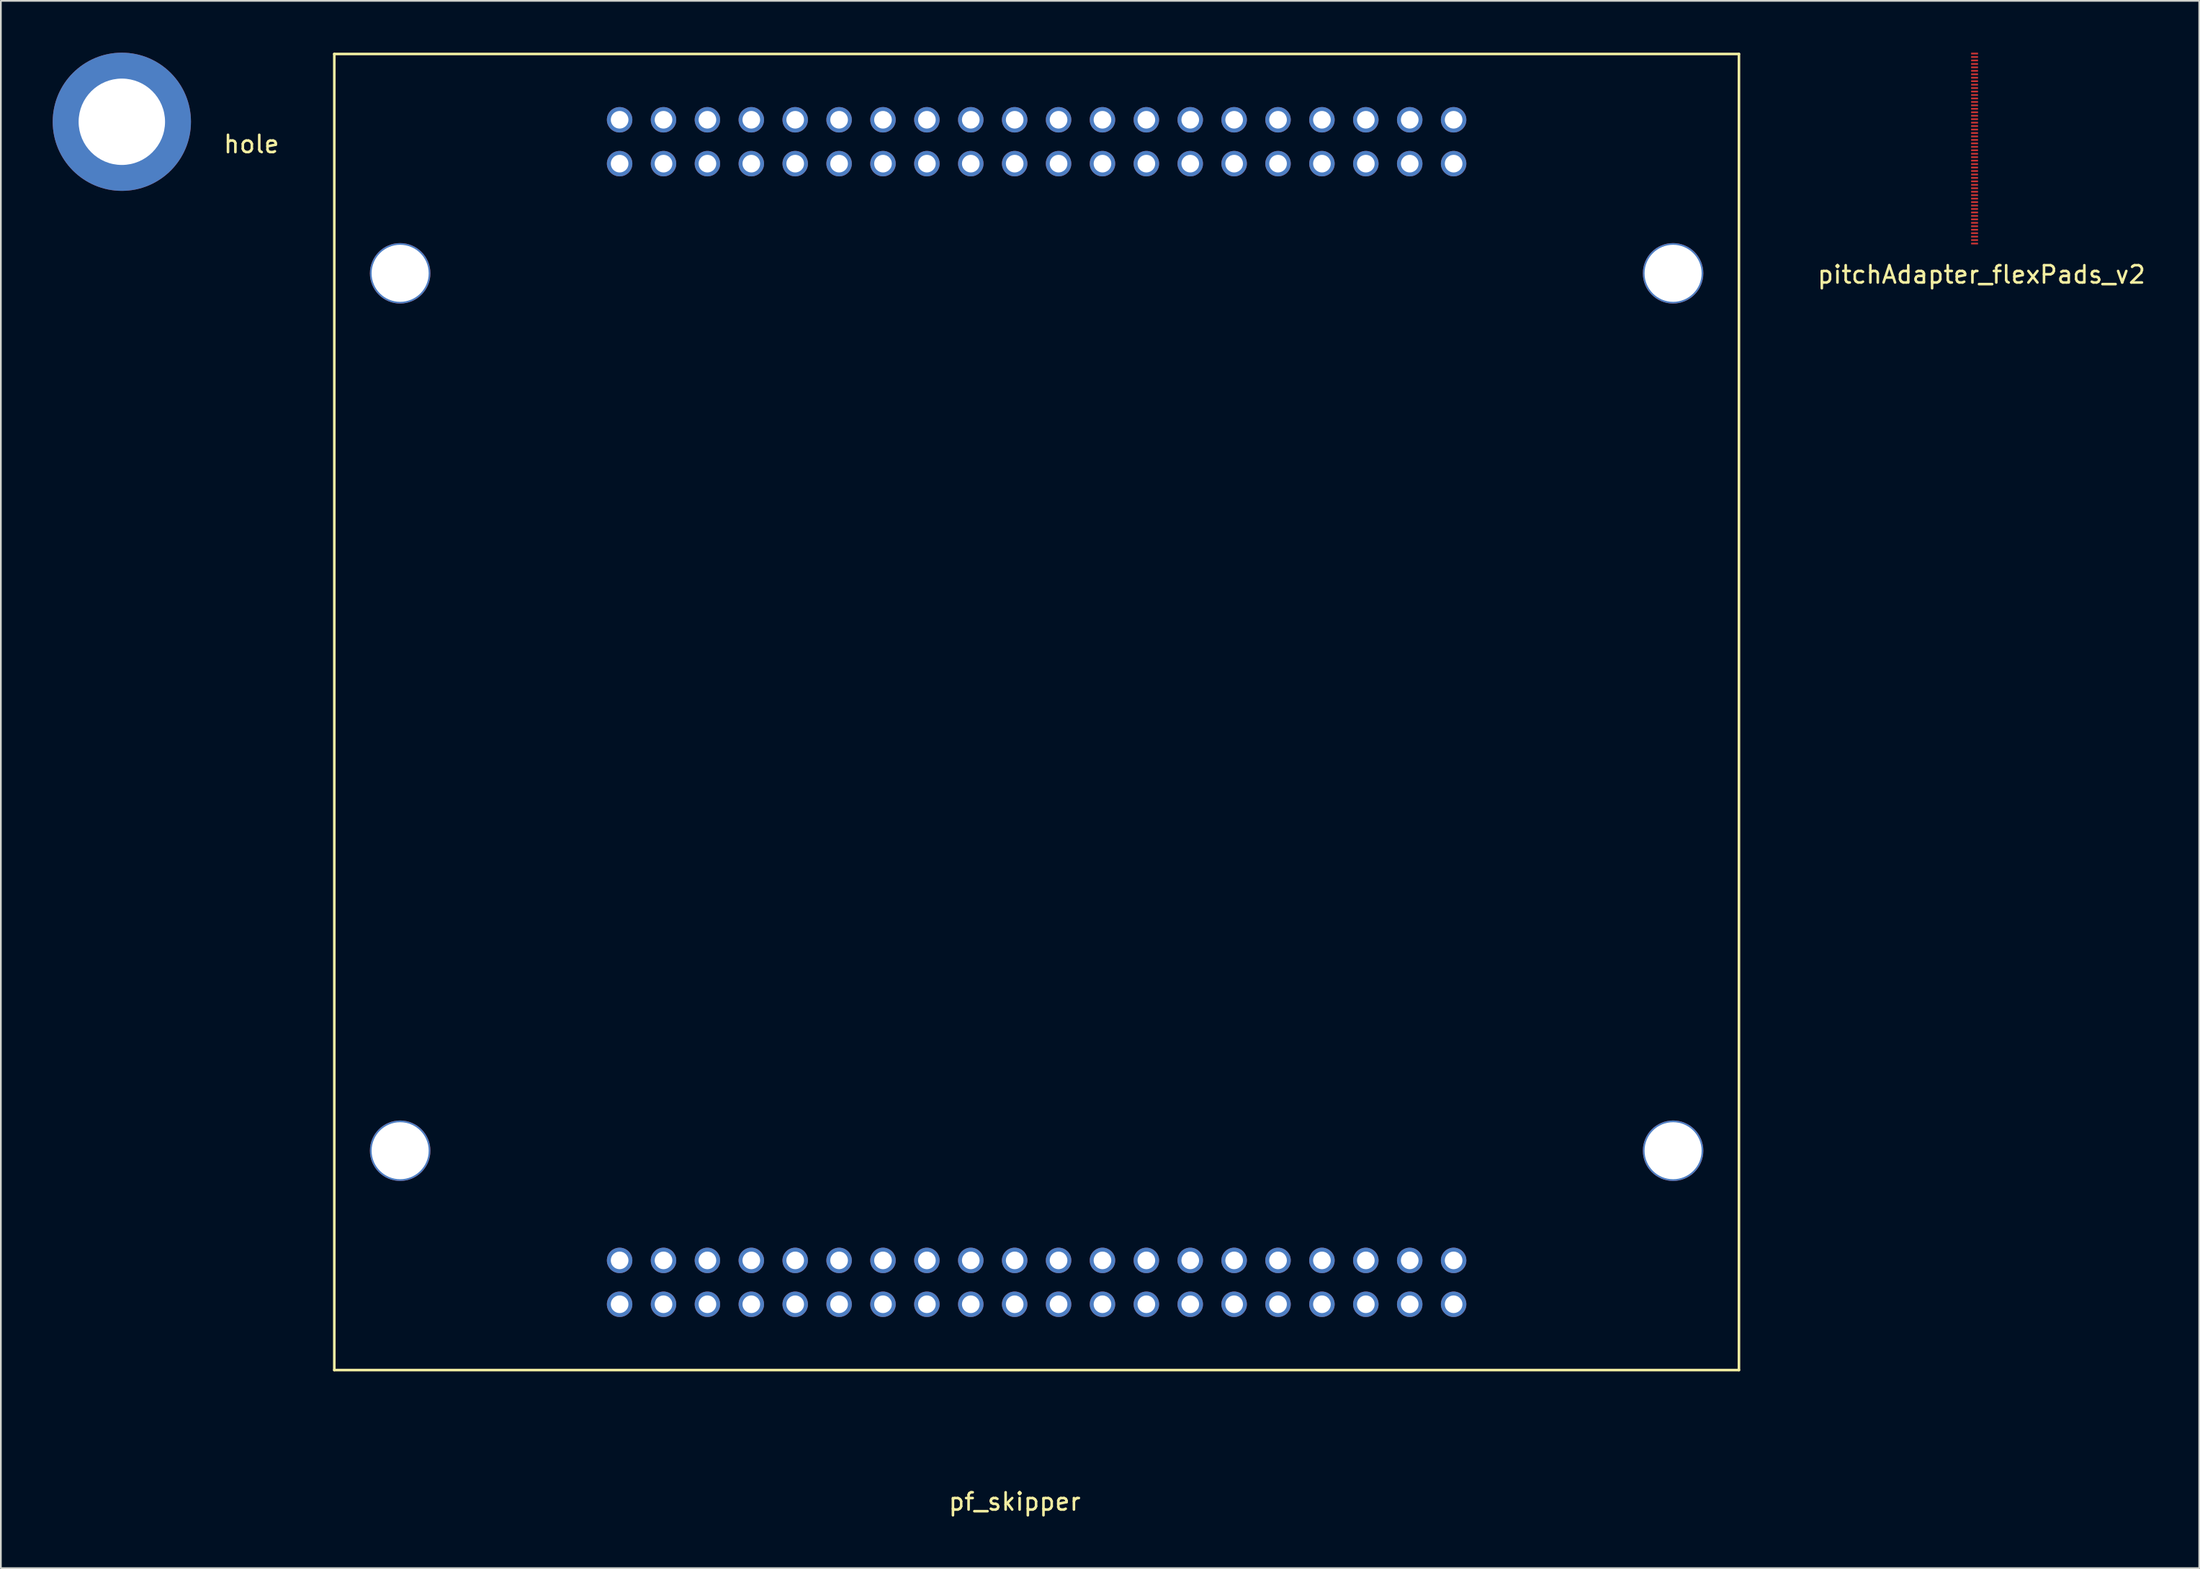
<source format=kicad_pcb>
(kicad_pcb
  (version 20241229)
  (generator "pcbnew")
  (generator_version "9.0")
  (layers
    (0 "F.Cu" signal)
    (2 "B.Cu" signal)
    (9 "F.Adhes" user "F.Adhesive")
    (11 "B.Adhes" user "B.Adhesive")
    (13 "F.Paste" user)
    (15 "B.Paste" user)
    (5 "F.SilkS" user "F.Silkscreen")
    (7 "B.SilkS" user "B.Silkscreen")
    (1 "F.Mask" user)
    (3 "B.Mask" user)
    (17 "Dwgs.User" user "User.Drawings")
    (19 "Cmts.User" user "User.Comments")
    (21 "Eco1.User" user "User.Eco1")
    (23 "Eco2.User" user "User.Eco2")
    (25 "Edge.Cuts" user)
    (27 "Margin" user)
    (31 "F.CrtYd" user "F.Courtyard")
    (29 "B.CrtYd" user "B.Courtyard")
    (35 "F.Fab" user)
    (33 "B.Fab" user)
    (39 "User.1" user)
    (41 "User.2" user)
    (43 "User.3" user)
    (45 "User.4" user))
  (footprint "hole"
    (layer "F.Cu")
    (at 4 4)
    (property "Reference" "hole" (at 7.5 1.3 0) (layer "F.SilkS") (effects (font (size 1 1) (thickness 0.15))))
    (attr through_hole)
    (pad "1" thru_hole circle (at 0 0) (size 8 8) (drill 5) (layers "*.Cu" "*.Mask")))
  (footprint "pitchAdapter_flexPads_v2"
    (layer "F.Cu")
    (at 111.21 11.05)
    (property "Reference" "pitchAdapter_flexPads_v2" (at 0.4 1.8 0) (layer "F.SilkS") (effects (font (size 1 1) (thickness 0.15))))
    (attr through_hole)
    (pad "1" smd rect (at 0 0) (size 0.4 0.1) (layers "F.Cu" "F.Mask" "F.Paste"))
    (pad "2" smd rect (at 0 -0.2) (size 0.4 0.1) (layers "F.Cu" "F.Mask" "F.Paste"))
    (pad "3" smd rect (at 0 -0.4) (size 0.4 0.1) (layers "F.Cu" "F.Mask" "F.Paste"))
    (pad "4" smd rect (at 0 -0.6) (size 0.4 0.1) (layers "F.Cu" "F.Mask" "F.Paste"))
    (pad "5" smd rect (at 0 -0.8) (size 0.4 0.1) (layers "F.Cu" "F.Mask" "F.Paste"))
    (pad "6" smd rect (at 0 -1) (size 0.4 0.1) (layers "F.Cu" "F.Mask" "F.Paste"))
    (pad "7" smd rect (at 0 -1.2) (size 0.4 0.1) (layers "F.Cu" "F.Mask" "F.Paste"))
    (pad "8" smd rect (at 0 -1.4) (size 0.4 0.1) (layers "F.Cu" "F.Mask" "F.Paste"))
    (pad "9" smd rect (at 0 -1.6) (size 0.4 0.1) (layers "F.Cu" "F.Mask" "F.Paste"))
    (pad "10" smd rect (at 0 -1.8) (size 0.4 0.1) (layers "F.Cu" "F.Mask" "F.Paste"))
    (pad "11" smd rect (at 0 -2) (size 0.4 0.1) (layers "F.Cu" "F.Mask" "F.Paste"))
    (pad "12" smd rect (at 0 -2.2) (size 0.4 0.1) (layers "F.Cu" "F.Mask" "F.Paste"))
    (pad "13" smd rect (at 0 -2.4) (size 0.4 0.1) (layers "F.Cu" "F.Mask" "F.Paste"))
    (pad "14" smd rect (at 0 -2.6) (size 0.4 0.1) (layers "F.Cu" "F.Mask" "F.Paste"))
    (pad "15" smd rect (at 0 -2.8) (size 0.4 0.1) (layers "F.Cu" "F.Mask" "F.Paste"))
    (pad "16" smd rect (at 0 -3) (size 0.4 0.1) (layers "F.Cu" "F.Mask" "F.Paste"))
    (pad "17" smd rect (at 0 -3.2) (size 0.4 0.1) (layers "F.Cu" "F.Mask" "F.Paste"))
    (pad "18" smd rect (at 0 -3.4) (size 0.4 0.1) (layers "F.Cu" "F.Mask" "F.Paste"))
    (pad "19" smd rect (at 0 -3.6) (size 0.4 0.1) (layers "F.Cu" "F.Mask" "F.Paste"))
    (pad "20" smd rect (at 0 -3.8) (size 0.4 0.1) (layers "F.Cu" "F.Mask" "F.Paste"))
    (pad "21" smd rect (at 0 -4) (size 0.4 0.1) (layers "F.Cu" "F.Mask" "F.Paste"))
    (pad "22" smd rect (at 0 -4.2) (size 0.4 0.1) (layers "F.Cu" "F.Mask" "F.Paste"))
    (pad "23" smd rect (at 0 -4.4) (size 0.4 0.1) (layers "F.Cu" "F.Mask" "F.Paste"))
    (pad "24" smd rect (at 0 -4.6) (size 0.4 0.1) (layers "F.Cu" "F.Mask" "F.Paste"))
    (pad "25" smd rect (at 0 -4.8) (size 0.4 0.1) (layers "F.Cu" "F.Mask" "F.Paste"))
    (pad "26" smd rect (at 0 -5) (size 0.4 0.1) (layers "F.Cu" "F.Mask" "F.Paste"))
    (pad "27" smd rect (at 0 -5.2) (size 0.4 0.1) (layers "F.Cu" "F.Mask" "F.Paste"))
    (pad "28" smd rect (at 0 -5.4) (size 0.4 0.1) (layers "F.Cu" "F.Mask" "F.Paste"))
    (pad "29" smd rect (at 0 -5.6) (size 0.4 0.1) (layers "F.Cu" "F.Mask" "F.Paste"))
    (pad "30" smd rect (at 0 -5.8) (size 0.4 0.1) (layers "F.Cu" "F.Mask" "F.Paste"))
    (pad "31" smd rect (at 0 -6) (size 0.4 0.1) (layers "F.Cu" "F.Mask" "F.Paste"))
    (pad "32" smd rect (at 0 -6.2) (size 0.4 0.1) (layers "F.Cu" "F.Mask" "F.Paste"))
    (pad "33" smd rect (at 0 -6.4) (size 0.4 0.1) (layers "F.Cu" "F.Mask" "F.Paste"))
    (pad "34" smd rect (at 0 -6.6) (size 0.4 0.1) (layers "F.Cu" "F.Mask" "F.Paste"))
    (pad "35" smd rect (at 0 -6.8) (size 0.4 0.1) (layers "F.Cu" "F.Mask" "F.Paste"))
    (pad "36" smd rect (at 0 -7) (size 0.4 0.1) (layers "F.Cu" "F.Mask" "F.Paste"))
    (pad "37" smd rect (at 0 -7.2) (size 0.4 0.1) (layers "F.Cu" "F.Mask" "F.Paste"))
    (pad "38" smd rect (at 0 -7.4) (size 0.4 0.1) (layers "F.Cu" "F.Mask" "F.Paste"))
    (pad "39" smd rect (at 0 -7.6) (size 0.4 0.1) (layers "F.Cu" "F.Mask" "F.Paste"))
    (pad "40" smd rect (at 0 -7.8) (size 0.4 0.1) (layers "F.Cu" "F.Mask" "F.Paste"))
    (pad "41" smd rect (at 0 -8) (size 0.4 0.1) (layers "F.Cu" "F.Mask" "F.Paste"))
    (pad "42" smd rect (at 0 -8.2) (size 0.4 0.1) (layers "F.Cu" "F.Mask" "F.Paste"))
    (pad "43" smd rect (at 0 -8.4) (size 0.4 0.1) (layers "F.Cu" "F.Mask" "F.Paste"))
    (pad "44" smd rect (at 0 -8.6) (size 0.4 0.1) (layers "F.Cu" "F.Mask" "F.Paste"))
    (pad "45" smd rect (at 0 -8.8) (size 0.4 0.1) (layers "F.Cu" "F.Mask" "F.Paste"))
    (pad "46" smd rect (at 0 -9) (size 0.4 0.1) (layers "F.Cu" "F.Mask" "F.Paste"))
    (pad "47" smd rect (at 0 -9.2) (size 0.4 0.1) (layers "F.Cu" "F.Mask" "F.Paste"))
    (pad "48" smd rect (at 0 -9.4) (size 0.4 0.1) (layers "F.Cu" "F.Mask" "F.Paste"))
    (pad "49" smd rect (at 0 -9.6) (size 0.4 0.1) (layers "F.Cu" "F.Mask" "F.Paste"))
    (pad "50" smd rect (at 0 -9.8) (size 0.4 0.1) (layers "F.Cu" "F.Mask" "F.Paste"))
    (pad "51" smd rect (at 0 -10) (size 0.4 0.1) (layers "F.Cu" "F.Mask" "F.Paste"))
    (pad "52" smd rect (at 0 -10.2) (size 0.4 0.1) (layers "F.Cu" "F.Mask" "F.Paste"))
    (pad "53" smd rect (at 0 -10.4) (size 0.4 0.1) (layers "F.Cu" "F.Mask" "F.Paste"))
    (pad "54" smd rect (at 0 -10.6) (size 0.4 0.1) (layers "F.Cu" "F.Mask" "F.Paste"))
    (pad "55" smd rect (at 0 -10.8) (size 0.4 0.1) (layers "F.Cu" "F.Mask" "F.Paste"))
    (pad "56" smd rect (at 0 -11) (size 0.4 0.1) (layers "F.Cu" "F.Mask" "F.Paste")))
  (footprint "pf_skipper"
    (layer "F.Cu")
    (at 98.759 76.854)
    (property "Reference" "pf_skipper" (at -43.094 7.041 0) (layer "F.SilkS") (effects (font (size 1 1) (thickness 0.15))))
    (attr through_hole)
    (fp_line (start -82.464 -76.779) (end -82.464 -0.579) (stroke (width 0.15) (type solid)) (layer "F.SilkS"))
    (fp_line (start -1.184 -76.779) (end -82.464 -76.779) (stroke (width 0.15) (type solid)) (layer "F.SilkS"))
    (fp_line (start -1.184 -76.779) (end -1.184 -0.579) (stroke (width 0.15) (type solid)) (layer "F.SilkS"))
    (fp_line (start -1.184 -0.579) (end -82.464 -0.579) (stroke (width 0.15) (type solid)) (layer "F.SilkS"))
    (pad "1" thru_hole circle (at -65.954 -4.389) (size 1.473 1.473) (drill 1.02) (layers "*.Cu" "*.Mask"))
    (pad "2" thru_hole circle (at -65.954 -6.929) (size 1.473 1.473) (drill 1.02) (layers "*.Cu" "*.Mask"))
    (pad "3" thru_hole circle (at -63.414 -4.389) (size 1.473 1.473) (drill 1.02) (layers "*.Cu" "*.Mask"))
    (pad "4" thru_hole circle (at -63.414 -6.929) (size 1.473 1.473) (drill 1.02) (layers "*.Cu" "*.Mask"))
    (pad "5" thru_hole circle (at -60.874 -4.389) (size 1.473 1.473) (drill 1.02) (layers "*.Cu" "*.Mask"))
    (pad "6" thru_hole circle (at -60.874 -6.929) (size 1.473 1.473) (drill 1.02) (layers "*.Cu" "*.Mask"))
    (pad "7" thru_hole circle (at -58.334 -4.389) (size 1.473 1.473) (drill 1.02) (layers "*.Cu" "*.Mask"))
    (pad "8" thru_hole circle (at -58.334 -6.929) (size 1.473 1.473) (drill 1.02) (layers "*.Cu" "*.Mask"))
    (pad "9" thru_hole circle (at -55.794 -4.389) (size 1.473 1.473) (drill 1.02) (layers "*.Cu" "*.Mask"))
    (pad "10" thru_hole circle (at -55.794 -6.929) (size 1.473 1.473) (drill 1.02) (layers "*.Cu" "*.Mask"))
    (pad "11" thru_hole circle (at -53.254 -4.389) (size 1.473 1.473) (drill 1.02) (layers "*.Cu" "*.Mask"))
    (pad "12" thru_hole circle (at -53.254 -6.929) (size 1.473 1.473) (drill 1.02) (layers "*.Cu" "*.Mask"))
    (pad "13" thru_hole circle (at -50.714 -4.389) (size 1.473 1.473) (drill 1.02) (layers "*.Cu" "*.Mask"))
    (pad "14" thru_hole circle (at -50.714 -6.929) (size 1.473 1.473) (drill 1.02) (layers "*.Cu" "*.Mask"))
    (pad "15" thru_hole circle (at -48.174 -4.389) (size 1.473 1.473) (drill 1.02) (layers "*.Cu" "*.Mask"))
    (pad "16" thru_hole circle (at -48.174 -6.929) (size 1.473 1.473) (drill 1.02) (layers "*.Cu" "*.Mask"))
    (pad "17" thru_hole circle (at -45.634 -4.389) (size 1.473 1.473) (drill 1.02) (layers "*.Cu" "*.Mask"))
    (pad "18" thru_hole circle (at -45.634 -6.929) (size 1.473 1.473) (drill 1.02) (layers "*.Cu" "*.Mask"))
    (pad "19" thru_hole circle (at -43.094 -4.389) (size 1.473 1.473) (drill 1.02) (layers "*.Cu" "*.Mask"))
    (pad "20" thru_hole circle (at -43.094 -6.929) (size 1.473 1.473) (drill 1.02) (layers "*.Cu" "*.Mask"))
    (pad "21" thru_hole circle (at -40.554 -4.389) (size 1.473 1.473) (drill 1.02) (layers "*.Cu" "*.Mask"))
    (pad "22" thru_hole circle (at -40.554 -6.929) (size 1.473 1.473) (drill 1.02) (layers "*.Cu" "*.Mask"))
    (pad "23" thru_hole circle (at -38.014 -4.389) (size 1.473 1.473) (drill 1.02) (layers "*.Cu" "*.Mask"))
    (pad "24" thru_hole circle (at -38.014 -6.929) (size 1.473 1.473) (drill 1.02) (layers "*.Cu" "*.Mask"))
    (pad "25" thru_hole circle (at -35.474 -4.389) (size 1.473 1.473) (drill 1.02) (layers "*.Cu" "*.Mask"))
    (pad "26" thru_hole circle (at -35.474 -6.929) (size 1.473 1.473) (drill 1.02) (layers "*.Cu" "*.Mask"))
    (pad "27" thru_hole circle (at -32.934 -4.389) (size 1.473 1.473) (drill 1.02) (layers "*.Cu" "*.Mask"))
    (pad "28" thru_hole circle (at -32.934 -6.929) (size 1.473 1.473) (drill 1.02) (layers "*.Cu" "*.Mask"))
    (pad "29" thru_hole circle (at -30.394 -4.389) (size 1.473 1.473) (drill 1.02) (layers "*.Cu" "*.Mask"))
    (pad "30" thru_hole circle (at -30.394 -6.929) (size 1.473 1.473) (drill 1.02) (layers "*.Cu" "*.Mask"))
    (pad "31" thru_hole circle (at -27.854 -4.389) (size 1.473 1.473) (drill 1.02) (layers "*.Cu" "*.Mask"))
    (pad "32" thru_hole circle (at -27.854 -6.929) (size 1.473 1.473) (drill 1.02) (layers "*.Cu" "*.Mask"))
    (pad "33" thru_hole circle (at -25.314 -4.389) (size 1.473 1.473) (drill 1.02) (layers "*.Cu" "*.Mask"))
    (pad "34" thru_hole circle (at -25.314 -6.929) (size 1.473 1.473) (drill 1.02) (layers "*.Cu" "*.Mask"))
    (pad "35" thru_hole circle (at -22.774 -4.389) (size 1.473 1.473) (drill 1.02) (layers "*.Cu" "*.Mask"))
    (pad "36" thru_hole circle (at -22.774 -6.929) (size 1.473 1.473) (drill 1.02) (layers "*.Cu" "*.Mask"))
    (pad "37" thru_hole circle (at -20.234 -4.389) (size 1.473 1.473) (drill 1.02) (layers "*.Cu" "*.Mask"))
    (pad "38" thru_hole circle (at -20.234 -6.929) (size 1.473 1.473) (drill 1.02) (layers "*.Cu" "*.Mask"))
    (pad "39" thru_hole circle (at -17.694 -4.389) (size 1.473 1.473) (drill 1.02) (layers "*.Cu" "*.Mask"))
    (pad "40" thru_hole circle (at -17.694 -6.929) (size 1.473 1.473) (drill 1.02) (layers "*.Cu" "*.Mask"))
    (pad "41" thru_hole circle (at -65.954 -70.429) (size 1.473 1.473) (drill 1.02) (layers "*.Cu" "*.Mask"))
    (pad "42" thru_hole circle (at -65.954 -72.969) (size 1.473 1.473) (drill 1.02) (layers "*.Cu" "*.Mask"))
    (pad "43" thru_hole circle (at -63.414 -70.429) (size 1.473 1.473) (drill 1.02) (layers "*.Cu" "*.Mask"))
    (pad "44" thru_hole circle (at -63.414 -72.969) (size 1.473 1.473) (drill 1.02) (layers "*.Cu" "*.Mask"))
    (pad "45" thru_hole circle (at -60.874 -70.429) (size 1.473 1.473) (drill 1.02) (layers "*.Cu" "*.Mask"))
    (pad "46" thru_hole circle (at -60.874 -72.969) (size 1.473 1.473) (drill 1.02) (layers "*.Cu" "*.Mask"))
    (pad "47" thru_hole circle (at -58.334 -70.429) (size 1.473 1.473) (drill 1.02) (layers "*.Cu" "*.Mask"))
    (pad "48" thru_hole circle (at -58.334 -72.969) (size 1.473 1.473) (drill 1.02) (layers "*.Cu" "*.Mask"))
    (pad "49" thru_hole circle (at -55.794 -70.429) (size 1.473 1.473) (drill 1.02) (layers "*.Cu" "*.Mask"))
    (pad "50" thru_hole circle (at -55.794 -72.969) (size 1.473 1.473) (drill 1.02) (layers "*.Cu" "*.Mask"))
    (pad "51" thru_hole circle (at -53.254 -70.429) (size 1.473 1.473) (drill 1.02) (layers "*.Cu" "*.Mask"))
    (pad "52" thru_hole circle (at -53.254 -72.969) (size 1.473 1.473) (drill 1.02) (layers "*.Cu" "*.Mask"))
    (pad "53" thru_hole circle (at -50.714 -70.429) (size 1.473 1.473) (drill 1.02) (layers "*.Cu" "*.Mask"))
    (pad "54" thru_hole circle (at -50.714 -72.969) (size 1.473 1.473) (drill 1.02) (layers "*.Cu" "*.Mask"))
    (pad "55" thru_hole circle (at -48.174 -70.429) (size 1.473 1.473) (drill 1.02) (layers "*.Cu" "*.Mask"))
    (pad "56" thru_hole circle (at -48.174 -72.969) (size 1.473 1.473) (drill 1.02) (layers "*.Cu" "*.Mask"))
    (pad "57" thru_hole circle (at -45.634 -70.429) (size 1.473 1.473) (drill 1.02) (layers "*.Cu" "*.Mask"))
    (pad "58" thru_hole circle (at -45.634 -72.969) (size 1.473 1.473) (drill 1.02) (layers "*.Cu" "*.Mask"))
    (pad "59" thru_hole circle (at -43.094 -70.429) (size 1.473 1.473) (drill 1.02) (layers "*.Cu" "*.Mask"))
    (pad "60" thru_hole circle (at -43.094 -72.969) (size 1.473 1.473) (drill 1.02) (layers "*.Cu" "*.Mask"))
    (pad "61" thru_hole circle (at -40.554 -70.429) (size 1.473 1.473) (drill 1.02) (layers "*.Cu" "*.Mask"))
    (pad "62" thru_hole circle (at -40.554 -72.969) (size 1.473 1.473) (drill 1.02) (layers "*.Cu" "*.Mask"))
    (pad "63" thru_hole circle (at -38.014 -70.429) (size 1.473 1.473) (drill 1.02) (layers "*.Cu" "*.Mask"))
    (pad "64" thru_hole circle (at -38.014 -72.969) (size 1.473 1.473) (drill 1.02) (layers "*.Cu" "*.Mask"))
    (pad "65" thru_hole circle (at -35.474 -70.429) (size 1.473 1.473) (drill 1.02) (layers "*.Cu" "*.Mask"))
    (pad "66" thru_hole circle (at -35.474 -72.969) (size 1.473 1.473) (drill 1.02) (layers "*.Cu" "*.Mask"))
    (pad "67" thru_hole circle (at -32.934 -70.429) (size 1.473 1.473) (drill 1.02) (layers "*.Cu" "*.Mask"))
    (pad "68" thru_hole circle (at -32.934 -72.969) (size 1.473 1.473) (drill 1.02) (layers "*.Cu" "*.Mask"))
    (pad "69" thru_hole circle (at -30.394 -70.429) (size 1.473 1.473) (drill 1.02) (layers "*.Cu" "*.Mask"))
    (pad "70" thru_hole circle (at -30.394 -72.969) (size 1.473 1.473) (drill 1.02) (layers "*.Cu" "*.Mask"))
    (pad "71" thru_hole circle (at -27.854 -70.429) (size 1.473 1.473) (drill 1.02) (layers "*.Cu" "*.Mask"))
    (pad "72" thru_hole circle (at -27.854 -72.969) (size 1.473 1.473) (drill 1.02) (layers "*.Cu" "*.Mask"))
    (pad "73" thru_hole circle (at -25.314 -70.429) (size 1.473 1.473) (drill 1.02) (layers "*.Cu" "*.Mask"))
    (pad "74" thru_hole circle (at -25.314 -72.969) (size 1.473 1.473) (drill 1.02) (layers "*.Cu" "*.Mask"))
    (pad "75" thru_hole circle (at -22.774 -70.429) (size 1.473 1.473) (drill 1.02) (layers "*.Cu" "*.Mask"))
    (pad "76" thru_hole circle (at -22.774 -72.969) (size 1.473 1.473) (drill 1.02) (layers "*.Cu" "*.Mask"))
    (pad "77" thru_hole circle (at -20.234 -70.429) (size 1.473 1.473) (drill 1.02) (layers "*.Cu" "*.Mask"))
    (pad "78" thru_hole circle (at -20.234 -72.969) (size 1.473 1.473) (drill 1.02) (layers "*.Cu" "*.Mask"))
    (pad "79" thru_hole circle (at -17.694 -70.429) (size 1.473 1.473) (drill 1.02) (layers "*.Cu" "*.Mask"))
    (pad "80" thru_hole circle (at -17.694 -72.969) (size 1.473 1.473) (drill 1.02) (layers "*.Cu" "*.Mask"))
    (pad "81" thru_hole circle (at -4.994 -64.079) (size 3.5 3.5) (drill 3.302) (layers "*.Cu" "*.Mask"))
    (pad "82" thru_hole circle (at -4.994 -13.279) (size 3.5 3.5) (drill 3.302) (layers "*.Cu" "*.Mask"))
    (pad "83" thru_hole circle (at -78.654 -13.279) (size 3.5 3.5) (drill 3.302) (layers "*.Cu" "*.Mask"))
    (pad "84" thru_hole circle (at -78.654 -64.079) (size 3.5 3.5) (drill 3.302) (layers "*.Cu" "*.Mask")))
  (gr_rect
    (start -3 -3)
    (end 124.211 87.743)
    (stroke (width 0.1) (type default))
    (fill no)
    (layer "Edge.Cuts")))
</source>
